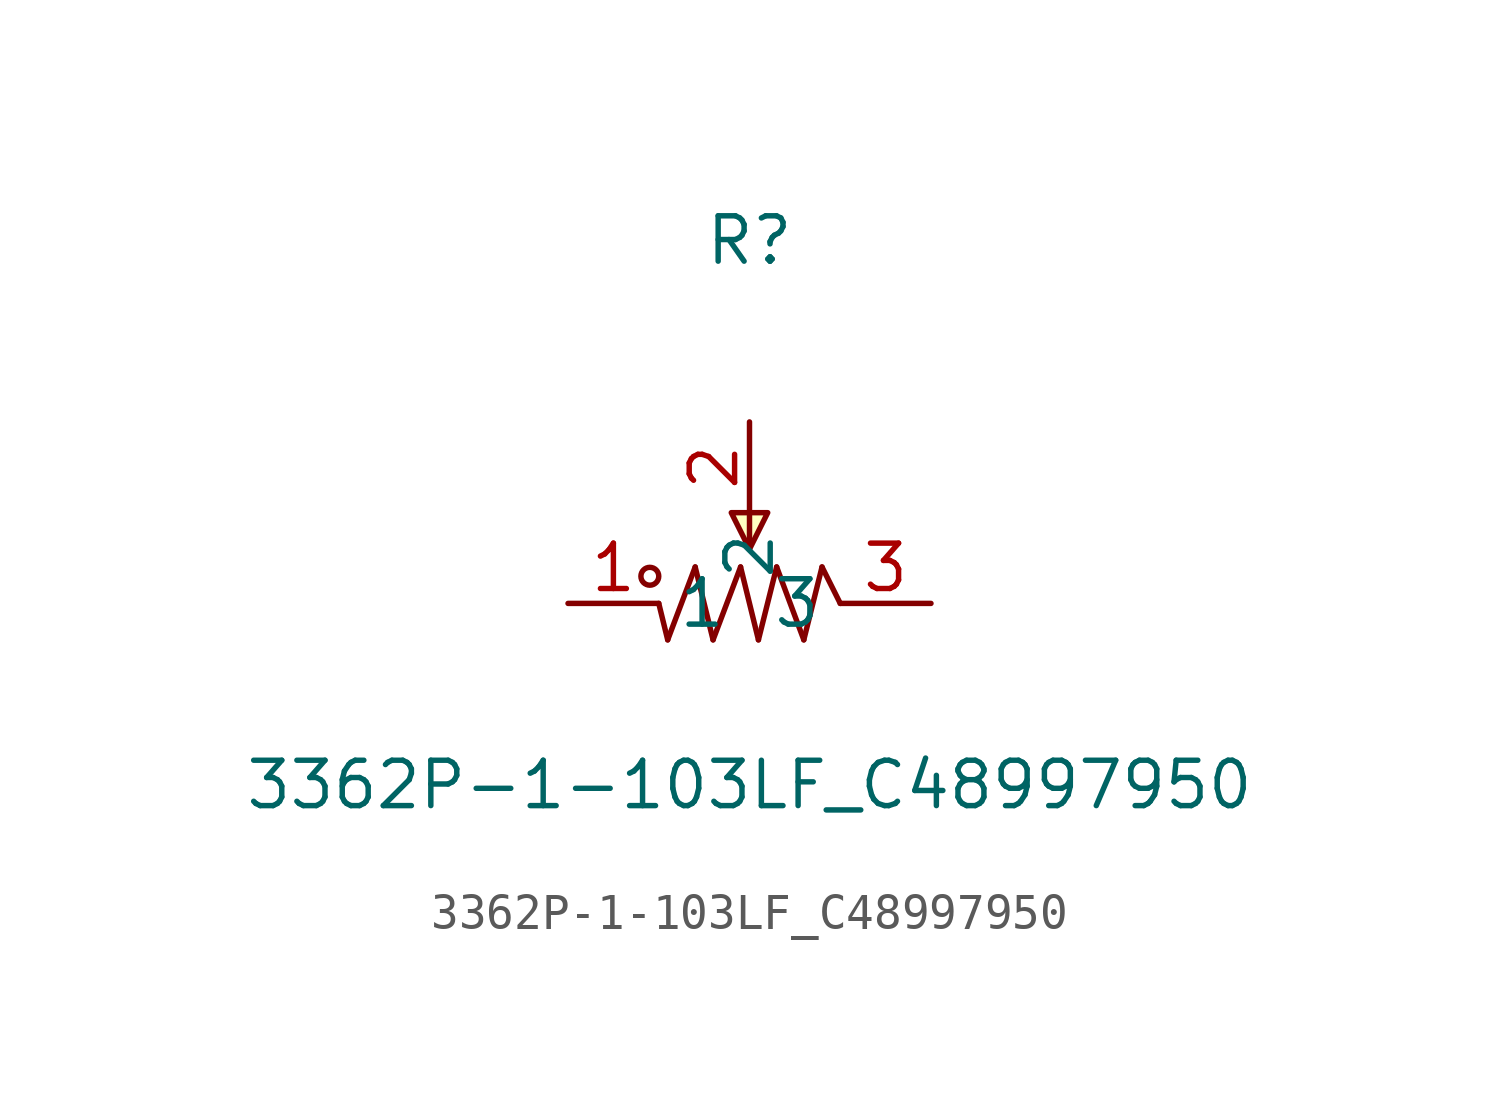
<source format=kicad_sym>
(kicad_symbol_lib
  (version 20211014)
  (generator https://github.com/uPesy/easyeda2kicad.py)
  (symbol "3362P-1-103LF_C48997950"
    (property "Reference" "R"
      (at 0 10.16 0)
      (effects (font (size 1.27 1.27))))
    (property "Value" "3362P-1-103LF_C48997950"
      (at 0 -5.08 0)
      (effects (font (size 1.27 1.27))))
    (symbol "3362P-1-103LF_C48997950_0_1"
      (circle (center -2.79 0.76) (radius 0.25) (stroke (width 0) (type default) (color 0 0 0 0)) (fill (type none)))
      (polyline (pts (xy 0.00 2.54) (xy 0.00 1.52)) (stroke (width 0) (type default) (color 0 0 0 0)) (fill (type none)))
      (polyline (pts (xy -2.29 -1.02) (xy -2.54 -0.00)) (stroke (width 0) (type default) (color 0 0 0 0)) (fill (type none)))
      (polyline (pts (xy -1.52 1.02) (xy -2.29 -1.02)) (stroke (width 0) (type default) (color 0 0 0 0)) (fill (type none)))
      (polyline (pts (xy -1.02 -1.02) (xy -1.52 1.02)) (stroke (width 0) (type default) (color 0 0 0 0)) (fill (type none)))
      (polyline (pts (xy -0.25 1.02) (xy -1.02 -1.02)) (stroke (width 0) (type default) (color 0 0 0 0)) (fill (type none)))
      (polyline (pts (xy 0.25 -1.02) (xy -0.25 1.02)) (stroke (width 0) (type default) (color 0 0 0 0)) (fill (type none)))
      (polyline (pts (xy 0.76 1.02) (xy 0.25 -1.02)) (stroke (width 0) (type default) (color 0 0 0 0)) (fill (type none)))
      (polyline (pts (xy 1.52 -1.02) (xy 0.76 1.02)) (stroke (width 0) (type default) (color 0 0 0 0)) (fill (type none)))
      (polyline (pts (xy 2.03 1.02) (xy 1.52 -1.02)) (stroke (width 0) (type default) (color 0 0 0 0)) (fill (type none)))
      (polyline (pts (xy 2.54 -0.00) (xy 2.03 1.02)) (stroke (width 0) (type default) (color 0 0 0 0)) (fill (type none)))
      (polyline (pts (xy 0.51 2.54) (xy 0.00 1.52) (xy -0.51 2.54) (xy 0.51 2.54)) (stroke (width 0) (type default) (color 0 0 0 0)) (fill (type background)))
      (pin unspecified line (at 0.00 5.08 270) (length 2.54) (name "2" (effects (font (size 1.27 1.27)))) (number "2" (effects (font (size 1.27 1.27)))))
      (pin unspecified line (at -5.08 -0.00 0) (length 2.54) (name "1" (effects (font (size 1.27 1.27)))) (number "1" (effects (font (size 1.27 1.27)))))
      (pin unspecified line (at 5.08 -0.00 180) (length 2.54) (name "3" (effects (font (size 1.27 1.27)))) (number "3" (effects (font (size 1.27 1.27))))))))
</source>
